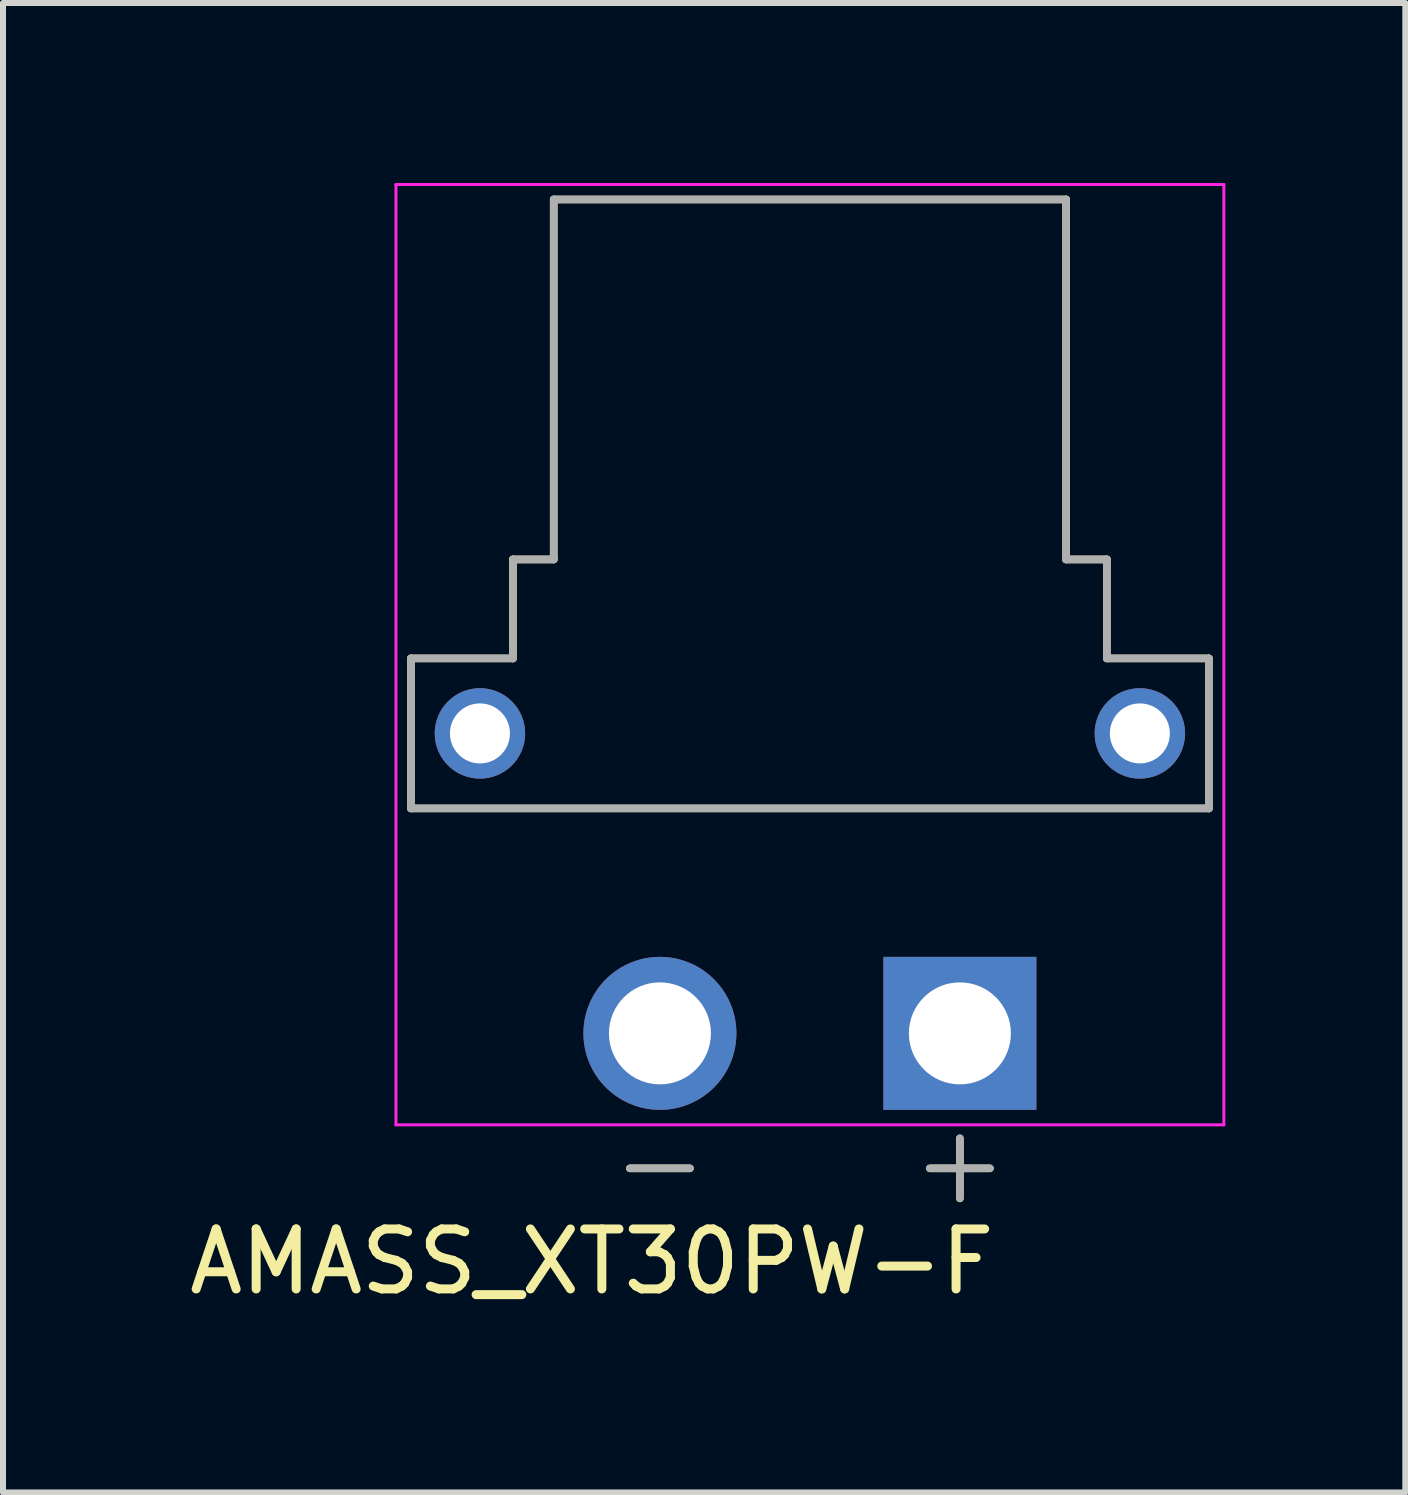
<source format=kicad_pcb>
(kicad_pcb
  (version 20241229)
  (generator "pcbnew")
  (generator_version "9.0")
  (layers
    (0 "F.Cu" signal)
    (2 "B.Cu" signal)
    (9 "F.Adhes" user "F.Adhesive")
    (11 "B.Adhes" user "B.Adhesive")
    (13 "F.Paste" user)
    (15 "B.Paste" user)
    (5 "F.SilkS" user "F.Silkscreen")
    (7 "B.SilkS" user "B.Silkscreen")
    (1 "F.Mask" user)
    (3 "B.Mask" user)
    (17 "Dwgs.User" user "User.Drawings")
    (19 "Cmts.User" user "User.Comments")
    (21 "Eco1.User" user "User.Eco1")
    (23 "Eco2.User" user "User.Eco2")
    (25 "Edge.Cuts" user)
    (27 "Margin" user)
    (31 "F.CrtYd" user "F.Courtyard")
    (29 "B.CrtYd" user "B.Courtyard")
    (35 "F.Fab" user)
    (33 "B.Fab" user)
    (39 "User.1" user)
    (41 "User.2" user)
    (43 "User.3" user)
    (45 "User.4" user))
  (footprint "AMASS_XT30PW-F"
    (layer "F.Cu")
    (at 10.45 9.175)
    (property "Reference" "AMASS_XT30PW-F" (at -3.635 8.805 0) (layer "F.SilkS") (effects (font (size 1 1) (thickness 0.15))))
    (attr through_hole)
    (fp_line (start -6.65 -1.25) (end -4.95 -1.25) (stroke (width 0.127) (type solid)) (layer "F.SilkS"))
    (fp_line (start -6.65 1.25) (end -6.65 -1.25) (stroke (width 0.127) (type solid)) (layer "F.SilkS"))
    (fp_line (start -4.95 -2.9) (end -4.27 -2.9) (stroke (width 0.127) (type solid)) (layer "F.SilkS"))
    (fp_line (start -4.95 -1.25) (end -4.95 -2.9) (stroke (width 0.127) (type solid)) (layer "F.SilkS"))
    (fp_line (start -4.27 -8.9) (end 4.27 -8.9) (stroke (width 0.127) (type solid)) (layer "F.SilkS"))
    (fp_line (start -4.27 -2.9) (end -4.27 -8.9) (stroke (width 0.127) (type solid)) (layer "F.SilkS"))
    (fp_line (start -3 7.25) (end -2 7.25) (stroke (width 0.127) (type solid)) (layer "F.SilkS"))
    (fp_line (start 2 7.25) (end 3 7.25) (stroke (width 0.127) (type solid)) (layer "F.SilkS"))
    (fp_line (start 2.5 6.75) (end 2.5 7.75) (stroke (width 0.127) (type solid)) (layer "F.SilkS"))
    (fp_line (start 4.27 -2.9) (end 4.27 -8.9) (stroke (width 0.127) (type solid)) (layer "F.SilkS"))
    (fp_line (start 4.95 -2.9) (end 4.27 -2.9) (stroke (width 0.127) (type solid)) (layer "F.SilkS"))
    (fp_line (start 4.95 -1.25) (end 4.95 -2.9) (stroke (width 0.127) (type solid)) (layer "F.SilkS"))
    (fp_line (start 6.65 -1.25) (end 4.95 -1.25) (stroke (width 0.127) (type solid)) (layer "F.SilkS"))
    (fp_line (start 6.65 1.25) (end -6.65 1.25) (stroke (width 0.127) (type solid)) (layer "F.SilkS"))
    (fp_line (start 6.65 1.25) (end 6.65 -1.25) (stroke (width 0.127) (type solid)) (layer "F.SilkS"))
    (fp_line (start -6.9 -9.15) (end 6.9 -9.15) (stroke (width 0.05) (type solid)) (layer "F.CrtYd"))
    (fp_line (start -6.9 6.525) (end -6.9 -9.15) (stroke (width 0.05) (type solid)) (layer "F.CrtYd"))
    (fp_line (start 6.9 -9.15) (end 6.9 6.525) (stroke (width 0.05) (type solid)) (layer "F.CrtYd"))
    (fp_line (start 6.9 6.525) (end -6.9 6.525) (stroke (width 0.05) (type solid)) (layer "F.CrtYd"))
    (fp_line (start -6.65 -1.25) (end -4.95 -1.25) (stroke (width 0.127) (type solid)) (layer "F.Fab"))
    (fp_line (start -6.65 1.25) (end -6.65 -1.25) (stroke (width 0.127) (type solid)) (layer "F.Fab"))
    (fp_line (start -4.95 -2.9) (end -4.27 -2.9) (stroke (width 0.127) (type solid)) (layer "F.Fab"))
    (fp_line (start -4.95 -1.25) (end -4.95 -2.9) (stroke (width 0.127) (type solid)) (layer "F.Fab"))
    (fp_line (start -4.27 -8.9) (end 4.27 -8.9) (stroke (width 0.127) (type solid)) (layer "F.Fab"))
    (fp_line (start -4.27 -2.9) (end -4.27 -8.9) (stroke (width 0.127) (type solid)) (layer "F.Fab"))
    (fp_line (start -3 7.25) (end -2 7.25) (stroke (width 0.127) (type solid)) (layer "F.Fab"))
    (fp_line (start 2 7.25) (end 3 7.25) (stroke (width 0.127) (type solid)) (layer "F.Fab"))
    (fp_line (start 2.5 6.75) (end 2.5 7.75) (stroke (width 0.127) (type solid)) (layer "F.Fab"))
    (fp_line (start 4.27 -2.9) (end 4.27 -8.9) (stroke (width 0.127) (type solid)) (layer "F.Fab"))
    (fp_line (start 4.95 -2.9) (end 4.27 -2.9) (stroke (width 0.127) (type solid)) (layer "F.Fab"))
    (fp_line (start 4.95 -1.25) (end 4.95 -2.9) (stroke (width 0.127) (type solid)) (layer "F.Fab"))
    (fp_line (start 6.65 -1.25) (end 4.95 -1.25) (stroke (width 0.127) (type solid)) (layer "F.Fab"))
    (fp_line (start 6.65 1.25) (end -6.65 1.25) (stroke (width 0.127) (type solid)) (layer "F.Fab"))
    (fp_line (start 6.65 1.25) (end 6.65 -1.25) (stroke (width 0.127) (type solid)) (layer "F.Fab"))
    (pad "N" thru_hole circle (at -2.5 5) (size 2.55 2.55) (drill 1.7) (layers "*.Cu" "*.Mask"))
    (pad "P" thru_hole rect (at 2.5 5) (size 2.55 2.55) (drill 1.7) (layers "*.Cu" "*.Mask"))
    (pad "S1" thru_hole circle (at 5.5 0) (size 1.508 1.508) (drill 1) (layers "*.Cu" "*.Mask"))
    (pad "S2" thru_hole circle (at -5.5 0) (size 1.508 1.508) (drill 1) (layers "*.Cu" "*.Mask")))
  (gr_rect
    (start -3 -3)
    (end 20.375 21.828)
    (stroke (width 0.1) (type default))
    (fill no)
    (layer "Edge.Cuts")))
</source>
